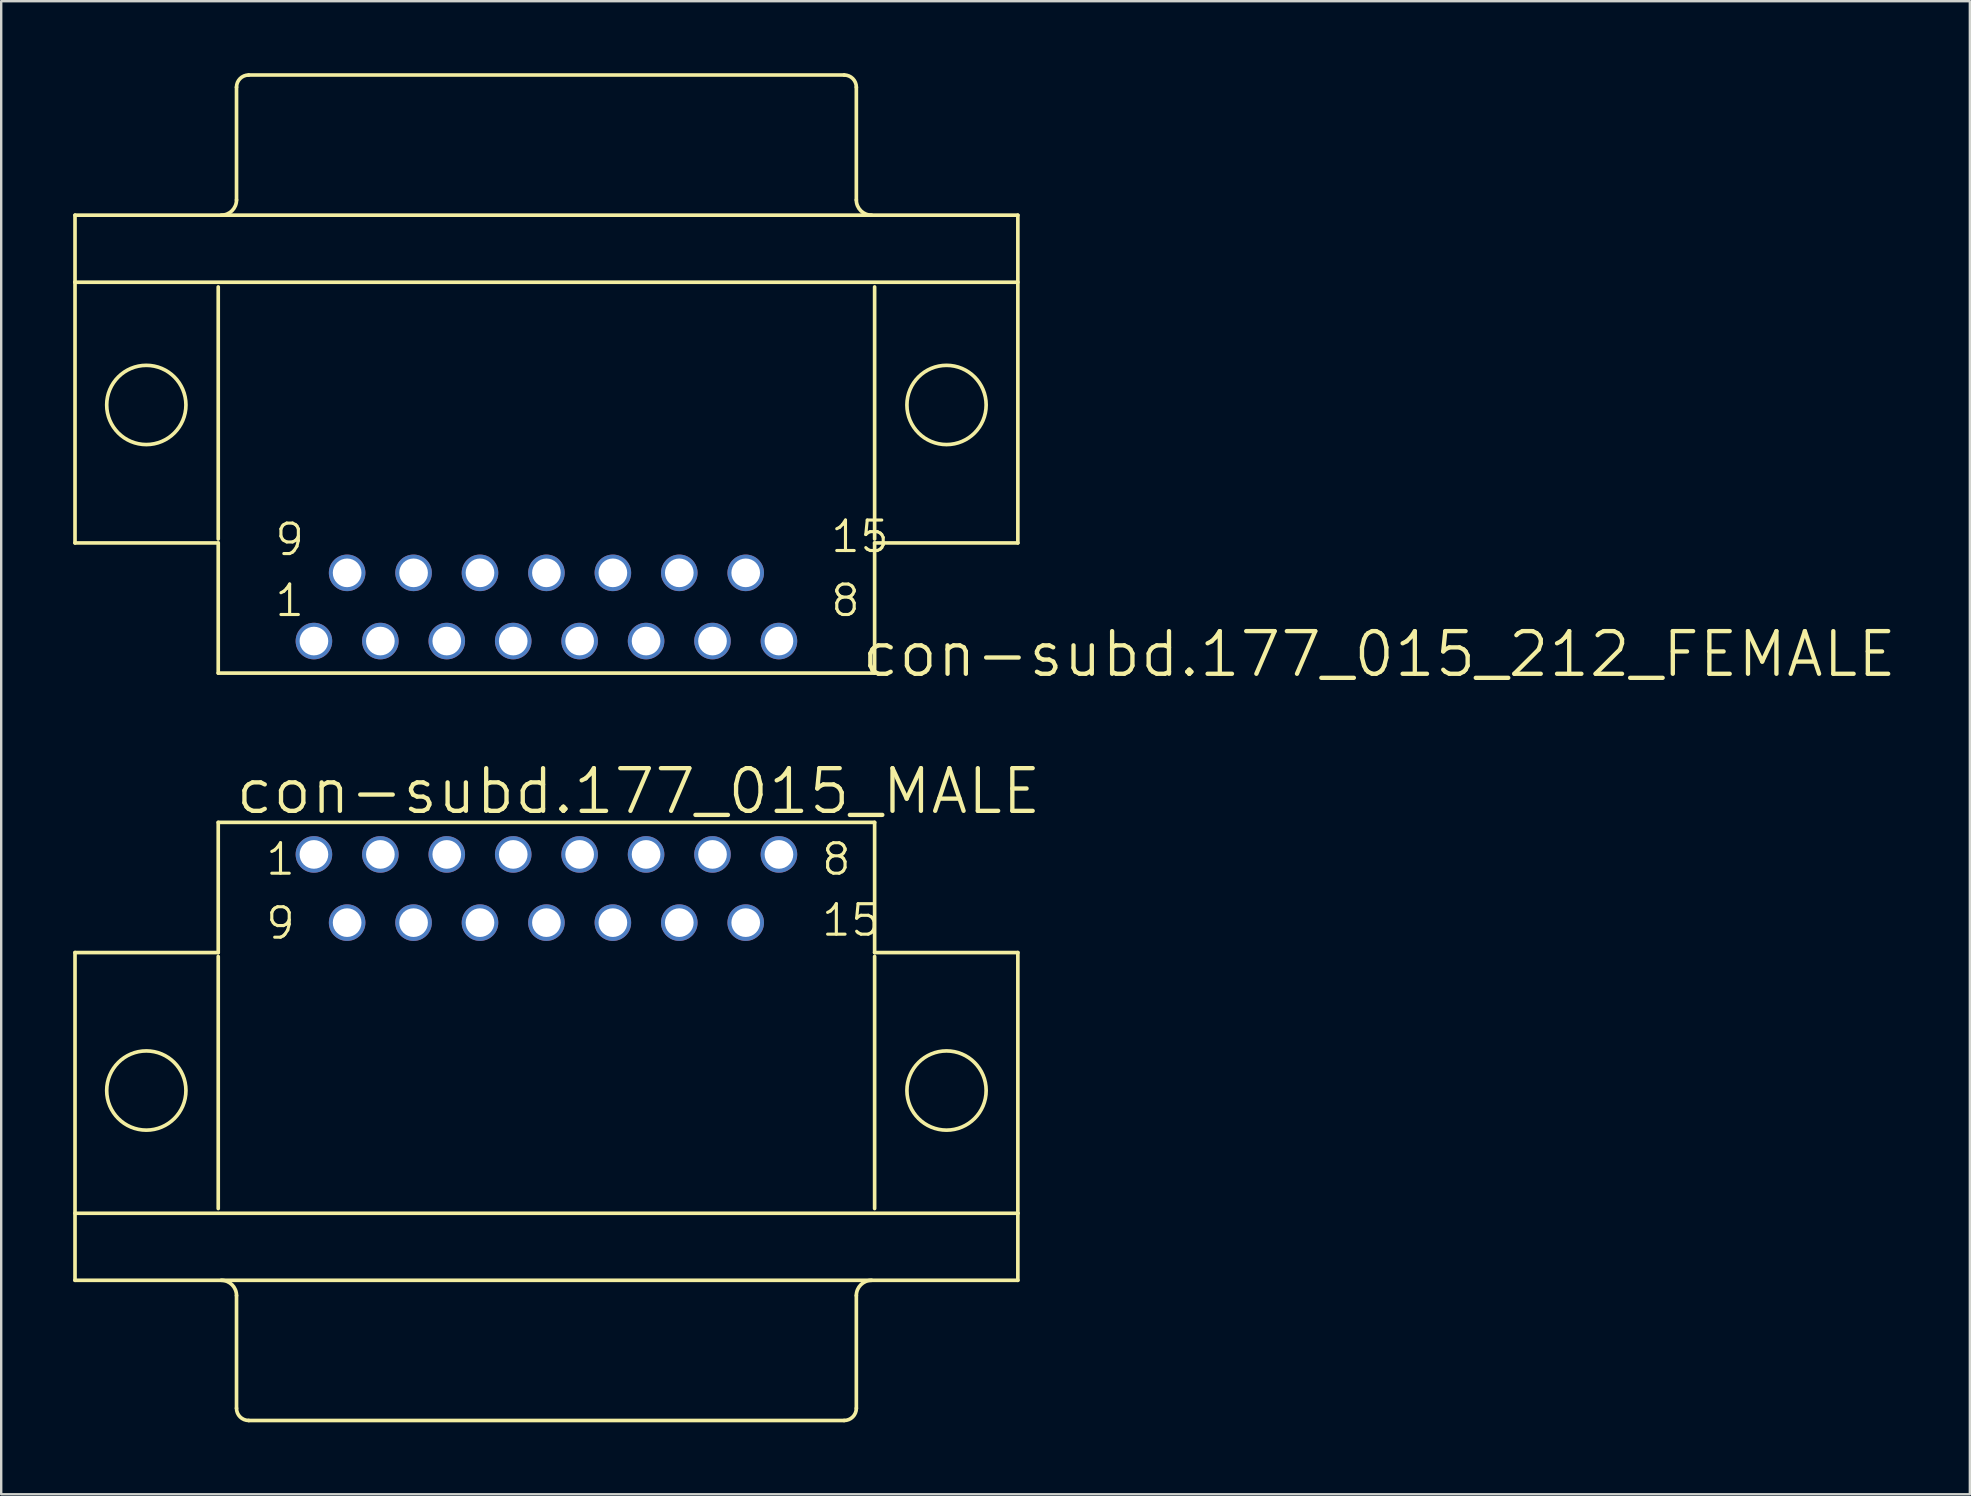
<source format=kicad_pcb>
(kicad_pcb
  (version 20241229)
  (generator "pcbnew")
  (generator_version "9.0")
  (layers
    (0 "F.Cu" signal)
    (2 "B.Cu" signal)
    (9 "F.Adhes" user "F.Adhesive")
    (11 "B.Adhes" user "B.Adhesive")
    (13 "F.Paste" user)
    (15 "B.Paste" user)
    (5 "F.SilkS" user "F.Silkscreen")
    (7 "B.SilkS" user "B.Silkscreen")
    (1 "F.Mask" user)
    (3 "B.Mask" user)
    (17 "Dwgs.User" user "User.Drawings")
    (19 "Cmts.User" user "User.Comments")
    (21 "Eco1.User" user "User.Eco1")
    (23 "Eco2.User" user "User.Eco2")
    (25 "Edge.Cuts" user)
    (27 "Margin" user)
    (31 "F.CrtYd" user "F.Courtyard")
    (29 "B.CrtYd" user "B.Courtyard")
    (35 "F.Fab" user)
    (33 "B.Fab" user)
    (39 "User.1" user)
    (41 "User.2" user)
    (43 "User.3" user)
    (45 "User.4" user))
  (footprint "con-subd.177_015_MALE"
    (layer "F.Cu")
    (at 19.723 42.399)
    (property "Reference" "con-subd.177_015_MALE" (at -13.043 -11.43 0) (layer "F.SilkS") (effects (font (size 1.778 1.778) (thickness 0.18)) (justify left bottom)))
    (attr through_hole)
    (fp_line (start -19.647 -5.75) (end -19.647 7.909) (stroke (width 0.152) (type default)) (layer "F.SilkS"))
    (fp_line (start -13.678 -11.175) (end -13.678 -5.75) (stroke (width 0.152) (type default)) (layer "F.SilkS"))
    (fp_line (start -13.678 -5.75) (end -19.647 -5.75) (stroke (width 0.152) (type default)) (layer "F.SilkS"))
    (fp_line (start -13.678 -5.587) (end -13.678 4.918) (stroke (width 0.152) (type default)) (layer "F.SilkS"))
    (fp_line (start -12.916 8.544) (end -12.916 13.243) (stroke (width 0.152) (type default)) (layer "F.SilkS"))
    (fp_line (start 12.408 13.751) (end -12.408 13.751) (stroke (width 0.152) (type default)) (layer "F.SilkS"))
    (fp_line (start 12.916 8.544) (end 12.916 13.243) (stroke (width 0.152) (type default)) (layer "F.SilkS"))
    (fp_line (start 13.678 -11.175) (end -13.678 -11.175) (stroke (width 0.152) (type default)) (layer "F.SilkS"))
    (fp_line (start 13.678 -5.75) (end 13.678 -11.175) (stroke (width 0.152) (type default)) (layer "F.SilkS"))
    (fp_line (start 13.678 4.918) (end 13.678 -5.587) (stroke (width 0.152) (type default)) (layer "F.SilkS"))
    (fp_line (start 19.647 -5.75) (end 13.678 -5.75) (stroke (width 0.152) (type default)) (layer "F.SilkS"))
    (fp_line (start 19.647 -5.75) (end 19.647 5.115) (stroke (width 0.152) (type default)) (layer "F.SilkS"))
    (fp_line (start 19.647 5.115) (end -19.647 5.115) (stroke (width 0.152) (type default)) (layer "F.SilkS"))
    (fp_line (start 19.647 5.115) (end 19.647 7.909) (stroke (width 0.152) (type default)) (layer "F.SilkS"))
    (fp_line (start 19.647 7.909) (end -19.647 7.909) (stroke (width 0.152) (type default)) (layer "F.SilkS"))
    (fp_arc (start -13.5509 7.909) (mid -13.101887 8.094987) (end -12.9159 8.544) (stroke (width 0.1524) (type default)) (layer "F.SilkS"))
    (fp_arc (start -12.4079 13.751) (mid -12.76711 13.60221) (end -12.9159 13.243) (stroke (width 0.1524) (type default)) (layer "F.SilkS"))
    (fp_arc (start 12.9159 8.544) (mid 13.101887 8.094987) (end 13.5509 7.909) (stroke (width 0.1524) (type default)) (layer "F.SilkS"))
    (fp_arc (start 12.9159 13.243) (mid 12.76711 13.60221) (end 12.4079 13.751) (stroke (width 0.1524) (type default)) (layer "F.SilkS"))
    (fp_circle (center -16.675 0) (end -15.024 0) (stroke (width 0.152) (type default)) (fill no) (layer "F.SilkS"))
    (fp_circle (center 16.675 0) (end 18.326 0) (stroke (width 0.152) (type default)) (fill no) (layer "F.SilkS"))
    (fp_text user "15" (at 11.392 -6.355 0) (layer "F.SilkS") (effects (font (size 1.27 1.27) (thickness 0.13)) (justify left bottom)))
    (fp_text user "1" (at -11.773 -8.895 0) (layer "F.SilkS") (effects (font (size 1.27 1.27) (thickness 0.13)) (justify left bottom)))
    (fp_text user "9" (at -11.773 -6.228 0) (layer "F.SilkS") (effects (font (size 1.27 1.27) (thickness 0.13)) (justify left bottom)))
    (fp_text user "8" (at 11.392 -8.895 0) (layer "F.SilkS") (effects (font (size 1.27 1.27) (thickness 0.13)) (justify left bottom)))
    (pad "1" thru_hole circle (at -9.69 -9.84) (size 1.524 1.524) (drill 1.194) (layers "*.Cu" "*.Mask"))
    (pad "2" thru_hole circle (at -6.921 -9.84) (size 1.524 1.524) (drill 1.194) (layers "*.Cu" "*.Mask"))
    (pad "3" thru_hole circle (at -4.153 -9.84) (size 1.524 1.524) (drill 1.194) (layers "*.Cu" "*.Mask"))
    (pad "4" thru_hole circle (at -1.384 -9.84) (size 1.524 1.524) (drill 1.194) (layers "*.Cu" "*.Mask"))
    (pad "5" thru_hole circle (at 1.384 -9.84) (size 1.524 1.524) (drill 1.194) (layers "*.Cu" "*.Mask"))
    (pad "6" thru_hole circle (at 4.153 -9.84) (size 1.524 1.524) (drill 1.194) (layers "*.Cu" "*.Mask"))
    (pad "7" thru_hole circle (at 6.921 -9.84) (size 1.524 1.524) (drill 1.194) (layers "*.Cu" "*.Mask"))
    (pad "8" thru_hole circle (at 9.69 -9.84) (size 1.524 1.524) (drill 1.194) (layers "*.Cu" "*.Mask"))
    (pad "9" thru_hole circle (at -8.306 -6.997) (size 1.524 1.524) (drill 1.194) (layers "*.Cu" "*.Mask"))
    (pad "10" thru_hole circle (at -5.537 -6.997) (size 1.524 1.524) (drill 1.194) (layers "*.Cu" "*.Mask"))
    (pad "11" thru_hole circle (at -2.769 -6.997) (size 1.524 1.524) (drill 1.194) (layers "*.Cu" "*.Mask"))
    (pad "12" thru_hole circle (at 0 -6.997) (size 1.524 1.524) (drill 1.194) (layers "*.Cu" "*.Mask"))
    (pad "13" thru_hole circle (at 2.769 -6.997) (size 1.524 1.524) (drill 1.194) (layers "*.Cu" "*.Mask"))
    (pad "14" thru_hole circle (at 5.537 -6.997) (size 1.524 1.524) (drill 1.194) (layers "*.Cu" "*.Mask"))
    (pad "15" thru_hole circle (at 8.306 -6.997) (size 1.524 1.524) (drill 1.194) (layers "*.Cu" "*.Mask")))
  (footprint "con-subd.177_015_212_FEMALE"
    (layer "F.Cu")
    (at 19.723 13.827)
    (property "Reference" "con-subd.177_015_212_FEMALE" (at 13.043 11.43 180) (layer "F.SilkS") (effects (font (size 1.778 1.778) (thickness 0.18)) (justify left bottom)))
    (attr through_hole)
    (fp_line (start -19.647 -7.909) (end 19.647 -7.909) (stroke (width 0.152) (type default)) (layer "F.SilkS"))
    (fp_line (start -19.647 -5.115) (end -19.647 -7.909) (stroke (width 0.152) (type default)) (layer "F.SilkS"))
    (fp_line (start -19.647 -5.115) (end 19.647 -5.115) (stroke (width 0.152) (type default)) (layer "F.SilkS"))
    (fp_line (start -19.647 5.75) (end -19.647 -5.115) (stroke (width 0.152) (type default)) (layer "F.SilkS"))
    (fp_line (start -19.647 5.75) (end -13.678 5.75) (stroke (width 0.152) (type default)) (layer "F.SilkS"))
    (fp_line (start -13.678 -4.918) (end -13.678 5.587) (stroke (width 0.152) (type default)) (layer "F.SilkS"))
    (fp_line (start -13.678 5.75) (end -13.678 11.175) (stroke (width 0.152) (type default)) (layer "F.SilkS"))
    (fp_line (start -13.678 11.175) (end 13.678 11.175) (stroke (width 0.152) (type default)) (layer "F.SilkS"))
    (fp_line (start -12.916 -8.544) (end -12.916 -13.243) (stroke (width 0.152) (type default)) (layer "F.SilkS"))
    (fp_line (start -12.408 -13.751) (end 12.408 -13.751) (stroke (width 0.152) (type default)) (layer "F.SilkS"))
    (fp_line (start 12.916 -8.544) (end 12.916 -13.243) (stroke (width 0.152) (type default)) (layer "F.SilkS"))
    (fp_line (start 13.678 5.587) (end 13.678 -4.918) (stroke (width 0.152) (type default)) (layer "F.SilkS"))
    (fp_line (start 13.678 5.75) (end 19.647 5.75) (stroke (width 0.152) (type default)) (layer "F.SilkS"))
    (fp_line (start 13.678 11.175) (end 13.678 5.75) (stroke (width 0.152) (type default)) (layer "F.SilkS"))
    (fp_line (start 19.647 5.75) (end 19.647 -7.909) (stroke (width 0.152) (type default)) (layer "F.SilkS"))
    (fp_arc (start -12.9159 -13.243) (mid -12.76711 -13.60221) (end -12.4079 -13.751) (stroke (width 0.1524) (type default)) (layer "F.SilkS"))
    (fp_arc (start -12.9159 -8.544) (mid -13.101887 -8.094987) (end -13.5509 -7.909) (stroke (width 0.1524) (type default)) (layer "F.SilkS"))
    (fp_arc (start 12.4079 -13.751) (mid 12.76711 -13.60221) (end 12.9159 -13.243) (stroke (width 0.1524) (type default)) (layer "F.SilkS"))
    (fp_arc (start 13.5509 -7.909) (mid 13.101887 -8.094987) (end 12.9159 -8.544) (stroke (width 0.1524) (type default)) (layer "F.SilkS"))
    (fp_circle (center -16.675 0) (end -15.024 0) (stroke (width 0.152) (type default)) (fill no) (layer "F.SilkS"))
    (fp_circle (center 16.675 0) (end 18.326 0) (stroke (width 0.152) (type default)) (fill no) (layer "F.SilkS"))
    (fp_text user "15" (at 11.773 6.228 180) (layer "F.SilkS") (effects (font (size 1.27 1.27) (thickness 0.13)) (justify left bottom)))
    (fp_text user "9" (at -11.392 6.355 180) (layer "F.SilkS") (effects (font (size 1.27 1.27) (thickness 0.13)) (justify left bottom)))
    (fp_text user "8" (at 11.773 8.895 180) (layer "F.SilkS") (effects (font (size 1.27 1.27) (thickness 0.13)) (justify left bottom)))
    (fp_text user "1" (at -11.392 8.895 180) (layer "F.SilkS") (effects (font (size 1.27 1.27) (thickness 0.13)) (justify left bottom)))
    (pad "1" thru_hole circle (at -9.69 9.84) (size 1.524 1.524) (drill 1.194) (layers "*.Cu" "*.Mask"))
    (pad "2" thru_hole circle (at -6.921 9.84) (size 1.524 1.524) (drill 1.194) (layers "*.Cu" "*.Mask"))
    (pad "3" thru_hole circle (at -4.153 9.84) (size 1.524 1.524) (drill 1.194) (layers "*.Cu" "*.Mask"))
    (pad "4" thru_hole circle (at -1.384 9.84) (size 1.524 1.524) (drill 1.194) (layers "*.Cu" "*.Mask"))
    (pad "5" thru_hole circle (at 1.384 9.84) (size 1.524 1.524) (drill 1.194) (layers "*.Cu" "*.Mask"))
    (pad "6" thru_hole circle (at 4.153 9.84) (size 1.524 1.524) (drill 1.194) (layers "*.Cu" "*.Mask"))
    (pad "7" thru_hole circle (at 6.921 9.84) (size 1.524 1.524) (drill 1.194) (layers "*.Cu" "*.Mask"))
    (pad "8" thru_hole circle (at 9.69 9.84) (size 1.524 1.524) (drill 1.194) (layers "*.Cu" "*.Mask"))
    (pad "9" thru_hole circle (at -8.306 6.997) (size 1.524 1.524) (drill 1.194) (layers "*.Cu" "*.Mask"))
    (pad "10" thru_hole circle (at -5.537 6.997) (size 1.524 1.524) (drill 1.194) (layers "*.Cu" "*.Mask"))
    (pad "11" thru_hole circle (at -2.769 6.997) (size 1.524 1.524) (drill 1.194) (layers "*.Cu" "*.Mask"))
    (pad "12" thru_hole circle (at 0 6.997) (size 1.524 1.524) (drill 1.194) (layers "*.Cu" "*.Mask"))
    (pad "13" thru_hole circle (at 2.769 6.997) (size 1.524 1.524) (drill 1.194) (layers "*.Cu" "*.Mask"))
    (pad "14" thru_hole circle (at 5.537 6.997) (size 1.524 1.524) (drill 1.194) (layers "*.Cu" "*.Mask"))
    (pad "15" thru_hole circle (at 8.306 6.997) (size 1.524 1.524) (drill 1.194) (layers "*.Cu" "*.Mask")))
  (gr_rect
    (start -3 -3)
    (end 79.046 59.226)
    (stroke (width 0.1) (type default))
    (fill no)
    (layer "Edge.Cuts")))
</source>
